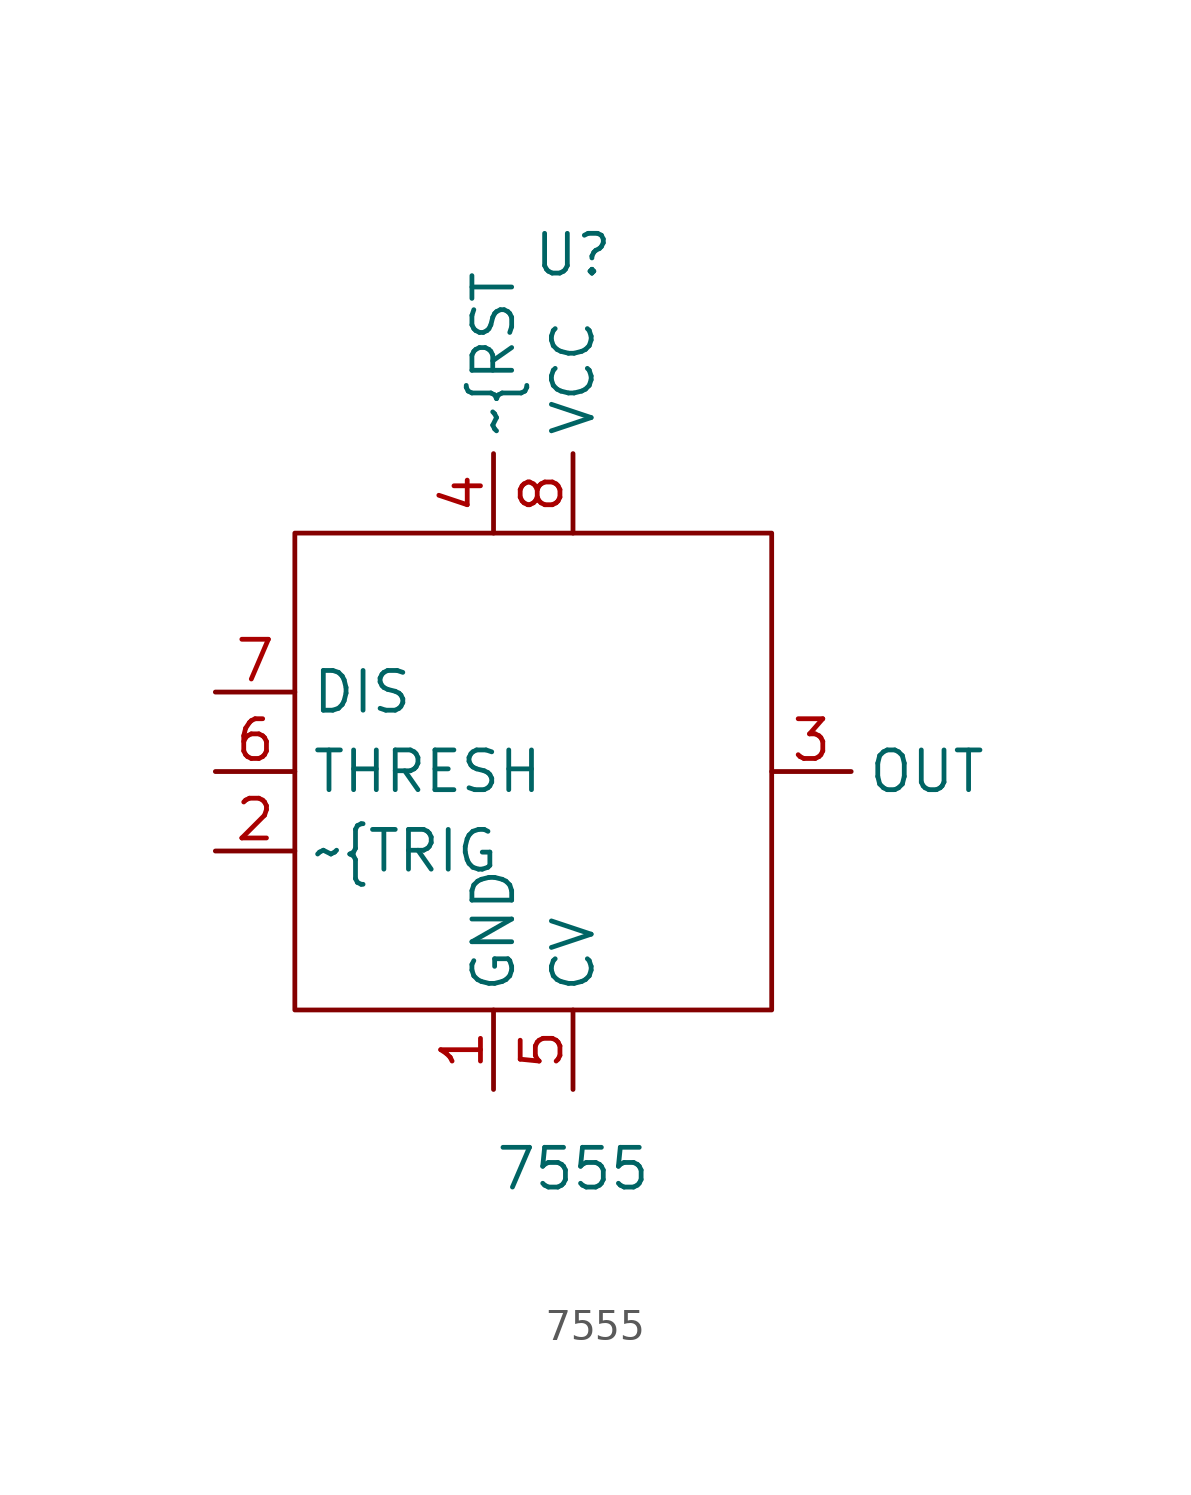
<source format=kicad_sym>
(kicad_symbol_lib
  (version 20211014)
  (generator kicad_symbol_editor)
  (symbol "7555"
    (property "Reference" "U"
      (at 1.27 16.51 0)
      (effects (font (size 1.27 1.27))))
    (property "Value" "7555"
      (at 1.27 -12.7 0)
      (effects (font (size 1.27 1.27))))
    (symbol "7555_0_1"
      (rectangle (start -7.62 7.62) (end 7.62 -7.62) (stroke (width 0) (type default) (color 0 0 0 0)) (fill (type none))))
    (symbol "7555_1_1"
      (pin input line (at -1.27 -10.16 90) (length 2.54) (name "GND" (effects (font (size 1.27 1.27)))) (number "1" (effects (font (size 1.27 1.27)))))
      (pin input line (at -10.16 -2.54 0) (length 2.54) (name "~{TRIG" (effects (font (size 1.27 1.27)))) (number "2" (effects (font (size 1.27 1.27)))))
      (pin input line (at 7.62 0 0) (length 2.54) (name "OUT" (effects (font (size 1.27 1.27)))) (number "3" (effects (font (size 1.27 1.27)))))
      (pin input line (at -1.27 7.62 90) (length 2.54) (name "~{RST" (effects (font (size 1.27 1.27)))) (number "4" (effects (font (size 1.27 1.27)))))
      (pin input line (at 1.27 -10.16 90) (length 2.54) (name "CV" (effects (font (size 1.27 1.27)))) (number "5" (effects (font (size 1.27 1.27)))))
      (pin input line (at -10.16 0 0) (length 2.54) (name "THRESH" (effects (font (size 1.27 1.27)))) (number "6" (effects (font (size 1.27 1.27)))))
      (pin input line (at -10.16 2.54 0) (length 2.54) (name "DIS" (effects (font (size 1.27 1.27)))) (number "7" (effects (font (size 1.27 1.27)))))
      (pin input line (at 1.27 7.62 90) (length 2.54) (name "VCC" (effects (font (size 1.27 1.27)))) (number "8" (effects (font (size 1.27 1.27))))))))
</source>
